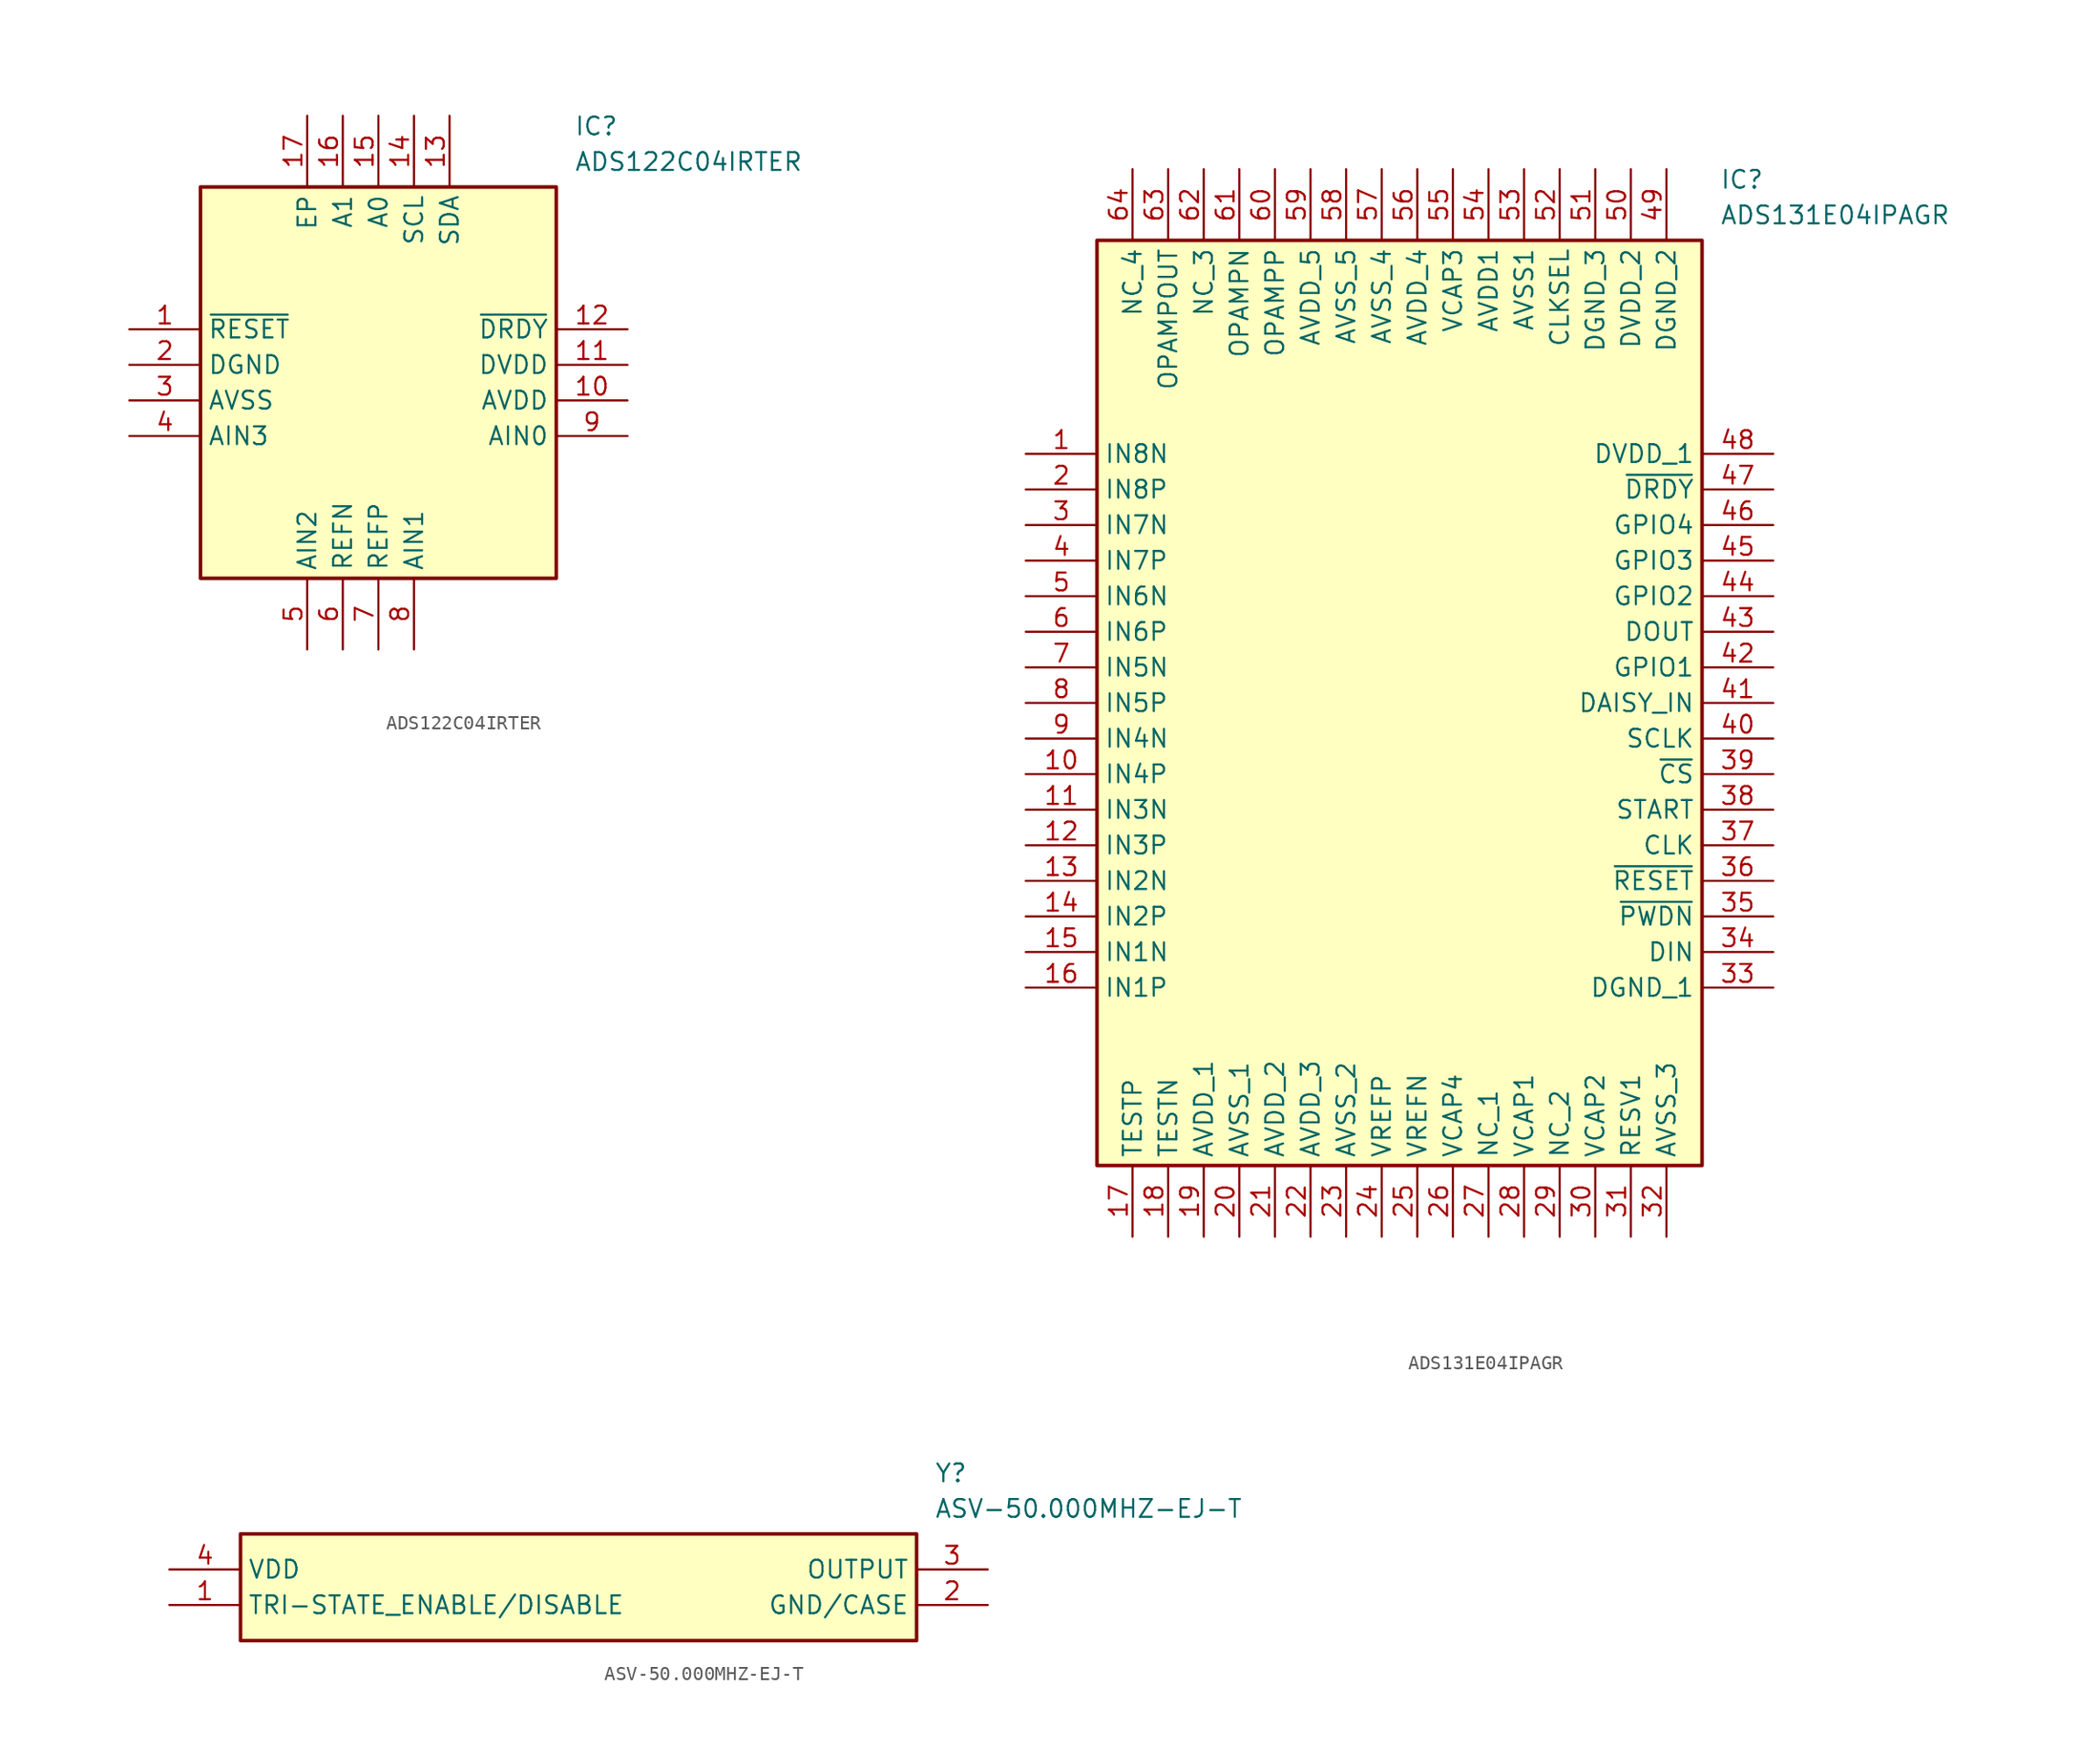
<source format=kicad_sym>
(kicad_symbol_lib
  (version 20220914)
  (generator kicad_symbol_editor)
  (symbol "ADS122C04IRTER"
    (property "Reference" "IC"
      (at 31.75 15.24 0)
      (effects (font (size 1.27 1.27)) (justify left top)))
    (property "Value" "ADS122C04IRTER"
      (at 31.75 12.7 0)
      (effects (font (size 1.27 1.27)) (justify left top)))
    (symbol "ADS122C04IRTER_1_1"
      (rectangle (start 5.08 10.16) (end 30.48 -17.78) (stroke (width 0.254) (type default)) (fill (type background)))
      (pin passive line (at 0 0 0) (length 5.08) (name "~{RESET}" (effects (font (size 1.27 1.27)))) (number "1" (effects (font (size 1.27 1.27)))))
      (pin passive line (at 35.56 -5.08 180) (length 5.08) (name "AVDD" (effects (font (size 1.27 1.27)))) (number "10" (effects (font (size 1.27 1.27)))))
      (pin passive line (at 35.56 -2.54 180) (length 5.08) (name "DVDD" (effects (font (size 1.27 1.27)))) (number "11" (effects (font (size 1.27 1.27)))))
      (pin passive line (at 35.56 0 180) (length 5.08) (name "~{DRDY}" (effects (font (size 1.27 1.27)))) (number "12" (effects (font (size 1.27 1.27)))))
      (pin passive line (at 22.86 15.24 270) (length 5.08) (name "SDA" (effects (font (size 1.27 1.27)))) (number "13" (effects (font (size 1.27 1.27)))))
      (pin passive line (at 20.32 15.24 270) (length 5.08) (name "SCL" (effects (font (size 1.27 1.27)))) (number "14" (effects (font (size 1.27 1.27)))))
      (pin passive line (at 17.78 15.24 270) (length 5.08) (name "A0" (effects (font (size 1.27 1.27)))) (number "15" (effects (font (size 1.27 1.27)))))
      (pin passive line (at 15.24 15.24 270) (length 5.08) (name "A1" (effects (font (size 1.27 1.27)))) (number "16" (effects (font (size 1.27 1.27)))))
      (pin passive line (at 12.7 15.24 270) (length 5.08) (name "EP" (effects (font (size 1.27 1.27)))) (number "17" (effects (font (size 1.27 1.27)))))
      (pin passive line (at 0 -2.54 0) (length 5.08) (name "DGND" (effects (font (size 1.27 1.27)))) (number "2" (effects (font (size 1.27 1.27)))))
      (pin passive line (at 0 -5.08 0) (length 5.08) (name "AVSS" (effects (font (size 1.27 1.27)))) (number "3" (effects (font (size 1.27 1.27)))))
      (pin passive line (at 0 -7.62 0) (length 5.08) (name "AIN3" (effects (font (size 1.27 1.27)))) (number "4" (effects (font (size 1.27 1.27)))))
      (pin passive line (at 12.7 -22.86 90) (length 5.08) (name "AIN2" (effects (font (size 1.27 1.27)))) (number "5" (effects (font (size 1.27 1.27)))))
      (pin passive line (at 15.24 -22.86 90) (length 5.08) (name "REFN" (effects (font (size 1.27 1.27)))) (number "6" (effects (font (size 1.27 1.27)))))
      (pin passive line (at 17.78 -22.86 90) (length 5.08) (name "REFP" (effects (font (size 1.27 1.27)))) (number "7" (effects (font (size 1.27 1.27)))))
      (pin passive line (at 20.32 -22.86 90) (length 5.08) (name "AIN1" (effects (font (size 1.27 1.27)))) (number "8" (effects (font (size 1.27 1.27)))))
      (pin passive line (at 35.56 -7.62 180) (length 5.08) (name "AIN0" (effects (font (size 1.27 1.27)))) (number "9" (effects (font (size 1.27 1.27)))))))
  (symbol "ADS131E04IPAGR"
    (property "Reference" "IC"
      (at 49.53 20.32 0)
      (effects (font (size 1.27 1.27)) (justify left top)))
    (property "Value" "ADS131E04IPAGR"
      (at 49.53 17.78 0)
      (effects (font (size 1.27 1.27)) (justify left top)))
    (symbol "ADS131E04IPAGR_1_1"
      (rectangle (start 5.08 15.24) (end 48.26 -50.8) (stroke (width 0.254) (type default)) (fill (type background)))
      (pin passive line (at 0 0 0) (length 5.08) (name "IN8N" (effects (font (size 1.27 1.27)))) (number "1" (effects (font (size 1.27 1.27)))))
      (pin passive line (at 0 -22.86 0) (length 5.08) (name "IN4P" (effects (font (size 1.27 1.27)))) (number "10" (effects (font (size 1.27 1.27)))))
      (pin passive line (at 0 -25.4 0) (length 5.08) (name "IN3N" (effects (font (size 1.27 1.27)))) (number "11" (effects (font (size 1.27 1.27)))))
      (pin passive line (at 0 -27.94 0) (length 5.08) (name "IN3P" (effects (font (size 1.27 1.27)))) (number "12" (effects (font (size 1.27 1.27)))))
      (pin passive line (at 0 -30.48 0) (length 5.08) (name "IN2N" (effects (font (size 1.27 1.27)))) (number "13" (effects (font (size 1.27 1.27)))))
      (pin passive line (at 0 -33.02 0) (length 5.08) (name "IN2P" (effects (font (size 1.27 1.27)))) (number "14" (effects (font (size 1.27 1.27)))))
      (pin passive line (at 0 -35.56 0) (length 5.08) (name "IN1N" (effects (font (size 1.27 1.27)))) (number "15" (effects (font (size 1.27 1.27)))))
      (pin passive line (at 0 -38.1 0) (length 5.08) (name "IN1P" (effects (font (size 1.27 1.27)))) (number "16" (effects (font (size 1.27 1.27)))))
      (pin passive line (at 7.62 -55.88 90) (length 5.08) (name "TESTP" (effects (font (size 1.27 1.27)))) (number "17" (effects (font (size 1.27 1.27)))))
      (pin passive line (at 10.16 -55.88 90) (length 5.08) (name "TESTN" (effects (font (size 1.27 1.27)))) (number "18" (effects (font (size 1.27 1.27)))))
      (pin passive line (at 12.7 -55.88 90) (length 5.08) (name "AVDD_1" (effects (font (size 1.27 1.27)))) (number "19" (effects (font (size 1.27 1.27)))))
      (pin passive line (at 0 -2.54 0) (length 5.08) (name "IN8P" (effects (font (size 1.27 1.27)))) (number "2" (effects (font (size 1.27 1.27)))))
      (pin passive line (at 15.24 -55.88 90) (length 5.08) (name "AVSS_1" (effects (font (size 1.27 1.27)))) (number "20" (effects (font (size 1.27 1.27)))))
      (pin passive line (at 17.78 -55.88 90) (length 5.08) (name "AVDD_2" (effects (font (size 1.27 1.27)))) (number "21" (effects (font (size 1.27 1.27)))))
      (pin passive line (at 20.32 -55.88 90) (length 5.08) (name "AVDD_3" (effects (font (size 1.27 1.27)))) (number "22" (effects (font (size 1.27 1.27)))))
      (pin passive line (at 22.86 -55.88 90) (length 5.08) (name "AVSS_2" (effects (font (size 1.27 1.27)))) (number "23" (effects (font (size 1.27 1.27)))))
      (pin passive line (at 25.4 -55.88 90) (length 5.08) (name "VREFP" (effects (font (size 1.27 1.27)))) (number "24" (effects (font (size 1.27 1.27)))))
      (pin passive line (at 27.94 -55.88 90) (length 5.08) (name "VREFN" (effects (font (size 1.27 1.27)))) (number "25" (effects (font (size 1.27 1.27)))))
      (pin passive line (at 30.48 -55.88 90) (length 5.08) (name "VCAP4" (effects (font (size 1.27 1.27)))) (number "26" (effects (font (size 1.27 1.27)))))
      (pin passive line (at 33.02 -55.88 90) (length 5.08) (name "NC_1" (effects (font (size 1.27 1.27)))) (number "27" (effects (font (size 1.27 1.27)))))
      (pin passive line (at 35.56 -55.88 90) (length 5.08) (name "VCAP1" (effects (font (size 1.27 1.27)))) (number "28" (effects (font (size 1.27 1.27)))))
      (pin passive line (at 38.1 -55.88 90) (length 5.08) (name "NC_2" (effects (font (size 1.27 1.27)))) (number "29" (effects (font (size 1.27 1.27)))))
      (pin passive line (at 0 -5.08 0) (length 5.08) (name "IN7N" (effects (font (size 1.27 1.27)))) (number "3" (effects (font (size 1.27 1.27)))))
      (pin passive line (at 40.64 -55.88 90) (length 5.08) (name "VCAP2" (effects (font (size 1.27 1.27)))) (number "30" (effects (font (size 1.27 1.27)))))
      (pin passive line (at 43.18 -55.88 90) (length 5.08) (name "RESV1" (effects (font (size 1.27 1.27)))) (number "31" (effects (font (size 1.27 1.27)))))
      (pin passive line (at 45.72 -55.88 90) (length 5.08) (name "AVSS_3" (effects (font (size 1.27 1.27)))) (number "32" (effects (font (size 1.27 1.27)))))
      (pin passive line (at 53.34 -38.1 180) (length 5.08) (name "DGND_1" (effects (font (size 1.27 1.27)))) (number "33" (effects (font (size 1.27 1.27)))))
      (pin passive line (at 53.34 -35.56 180) (length 5.08) (name "DIN" (effects (font (size 1.27 1.27)))) (number "34" (effects (font (size 1.27 1.27)))))
      (pin passive line (at 53.34 -33.02 180) (length 5.08) (name "~{PWDN}" (effects (font (size 1.27 1.27)))) (number "35" (effects (font (size 1.27 1.27)))))
      (pin passive line (at 53.34 -30.48 180) (length 5.08) (name "~{RESET}" (effects (font (size 1.27 1.27)))) (number "36" (effects (font (size 1.27 1.27)))))
      (pin passive line (at 53.34 -27.94 180) (length 5.08) (name "CLK" (effects (font (size 1.27 1.27)))) (number "37" (effects (font (size 1.27 1.27)))))
      (pin passive line (at 53.34 -25.4 180) (length 5.08) (name "START" (effects (font (size 1.27 1.27)))) (number "38" (effects (font (size 1.27 1.27)))))
      (pin passive line (at 53.34 -22.86 180) (length 5.08) (name "~{CS}" (effects (font (size 1.27 1.27)))) (number "39" (effects (font (size 1.27 1.27)))))
      (pin passive line (at 0 -7.62 0) (length 5.08) (name "IN7P" (effects (font (size 1.27 1.27)))) (number "4" (effects (font (size 1.27 1.27)))))
      (pin passive line (at 53.34 -20.32 180) (length 5.08) (name "SCLK" (effects (font (size 1.27 1.27)))) (number "40" (effects (font (size 1.27 1.27)))))
      (pin passive line (at 53.34 -17.78 180) (length 5.08) (name "DAISY_IN" (effects (font (size 1.27 1.27)))) (number "41" (effects (font (size 1.27 1.27)))))
      (pin passive line (at 53.34 -15.24 180) (length 5.08) (name "GPIO1" (effects (font (size 1.27 1.27)))) (number "42" (effects (font (size 1.27 1.27)))))
      (pin passive line (at 53.34 -12.7 180) (length 5.08) (name "DOUT" (effects (font (size 1.27 1.27)))) (number "43" (effects (font (size 1.27 1.27)))))
      (pin passive line (at 53.34 -10.16 180) (length 5.08) (name "GPIO2" (effects (font (size 1.27 1.27)))) (number "44" (effects (font (size 1.27 1.27)))))
      (pin passive line (at 53.34 -7.62 180) (length 5.08) (name "GPIO3" (effects (font (size 1.27 1.27)))) (number "45" (effects (font (size 1.27 1.27)))))
      (pin passive line (at 53.34 -5.08 180) (length 5.08) (name "GPIO4" (effects (font (size 1.27 1.27)))) (number "46" (effects (font (size 1.27 1.27)))))
      (pin passive line (at 53.34 -2.54 180) (length 5.08) (name "~{DRDY}" (effects (font (size 1.27 1.27)))) (number "47" (effects (font (size 1.27 1.27)))))
      (pin passive line (at 53.34 0 180) (length 5.08) (name "DVDD_1" (effects (font (size 1.27 1.27)))) (number "48" (effects (font (size 1.27 1.27)))))
      (pin passive line (at 45.72 20.32 270) (length 5.08) (name "DGND_2" (effects (font (size 1.27 1.27)))) (number "49" (effects (font (size 1.27 1.27)))))
      (pin passive line (at 0 -10.16 0) (length 5.08) (name "IN6N" (effects (font (size 1.27 1.27)))) (number "5" (effects (font (size 1.27 1.27)))))
      (pin passive line (at 43.18 20.32 270) (length 5.08) (name "DVDD_2" (effects (font (size 1.27 1.27)))) (number "50" (effects (font (size 1.27 1.27)))))
      (pin passive line (at 40.64 20.32 270) (length 5.08) (name "DGND_3" (effects (font (size 1.27 1.27)))) (number "51" (effects (font (size 1.27 1.27)))))
      (pin passive line (at 38.1 20.32 270) (length 5.08) (name "CLKSEL" (effects (font (size 1.27 1.27)))) (number "52" (effects (font (size 1.27 1.27)))))
      (pin passive line (at 35.56 20.32 270) (length 5.08) (name "AVSS1" (effects (font (size 1.27 1.27)))) (number "53" (effects (font (size 1.27 1.27)))))
      (pin passive line (at 33.02 20.32 270) (length 5.08) (name "AVDD1" (effects (font (size 1.27 1.27)))) (number "54" (effects (font (size 1.27 1.27)))))
      (pin passive line (at 30.48 20.32 270) (length 5.08) (name "VCAP3" (effects (font (size 1.27 1.27)))) (number "55" (effects (font (size 1.27 1.27)))))
      (pin passive line (at 27.94 20.32 270) (length 5.08) (name "AVDD_4" (effects (font (size 1.27 1.27)))) (number "56" (effects (font (size 1.27 1.27)))))
      (pin passive line (at 25.4 20.32 270) (length 5.08) (name "AVSS_4" (effects (font (size 1.27 1.27)))) (number "57" (effects (font (size 1.27 1.27)))))
      (pin passive line (at 22.86 20.32 270) (length 5.08) (name "AVSS_5" (effects (font (size 1.27 1.27)))) (number "58" (effects (font (size 1.27 1.27)))))
      (pin passive line (at 20.32 20.32 270) (length 5.08) (name "AVDD_5" (effects (font (size 1.27 1.27)))) (number "59" (effects (font (size 1.27 1.27)))))
      (pin passive line (at 0 -12.7 0) (length 5.08) (name "IN6P" (effects (font (size 1.27 1.27)))) (number "6" (effects (font (size 1.27 1.27)))))
      (pin passive line (at 17.78 20.32 270) (length 5.08) (name "OPAMPP" (effects (font (size 1.27 1.27)))) (number "60" (effects (font (size 1.27 1.27)))))
      (pin passive line (at 15.24 20.32 270) (length 5.08) (name "OPAMPN" (effects (font (size 1.27 1.27)))) (number "61" (effects (font (size 1.27 1.27)))))
      (pin passive line (at 12.7 20.32 270) (length 5.08) (name "NC_3" (effects (font (size 1.27 1.27)))) (number "62" (effects (font (size 1.27 1.27)))))
      (pin passive line (at 10.16 20.32 270) (length 5.08) (name "OPAMPOUT" (effects (font (size 1.27 1.27)))) (number "63" (effects (font (size 1.27 1.27)))))
      (pin passive line (at 7.62 20.32 270) (length 5.08) (name "NC_4" (effects (font (size 1.27 1.27)))) (number "64" (effects (font (size 1.27 1.27)))))
      (pin passive line (at 0 -15.24 0) (length 5.08) (name "IN5N" (effects (font (size 1.27 1.27)))) (number "7" (effects (font (size 1.27 1.27)))))
      (pin passive line (at 0 -17.78 0) (length 5.08) (name "IN5P" (effects (font (size 1.27 1.27)))) (number "8" (effects (font (size 1.27 1.27)))))
      (pin passive line (at 0 -20.32 0) (length 5.08) (name "IN4N" (effects (font (size 1.27 1.27)))) (number "9" (effects (font (size 1.27 1.27)))))))
  (symbol "ASV-50.000MHZ-EJ-T"
    (property "Reference" "Y"
      (at 54.61 7.62 0)
      (effects (font (size 1.27 1.27)) (justify left top)))
    (property "Value" "ASV-50.000MHZ-EJ-T"
      (at 54.61 5.08 0)
      (effects (font (size 1.27 1.27)) (justify left top)))
    (symbol "ASV-50.000MHZ-EJ-T_1_1"
      (rectangle (start 5.08 2.54) (end 53.34 -5.08) (stroke (width 0.254) (type default)) (fill (type background)))
      (pin passive line (at 0 -2.54 0) (length 5.08) (name "TRI-STATE_ENABLE/DISABLE" (effects (font (size 1.27 1.27)))) (number "1" (effects (font (size 1.27 1.27)))))
      (pin passive line (at 58.42 -2.54 180) (length 5.08) (name "GND/CASE" (effects (font (size 1.27 1.27)))) (number "2" (effects (font (size 1.27 1.27)))))
      (pin passive line (at 58.42 0 180) (length 5.08) (name "OUTPUT" (effects (font (size 1.27 1.27)))) (number "3" (effects (font (size 1.27 1.27)))))
      (pin passive line (at 0 0 0) (length 5.08) (name "VDD" (effects (font (size 1.27 1.27)))) (number "4" (effects (font (size 1.27 1.27))))))))
</source>
